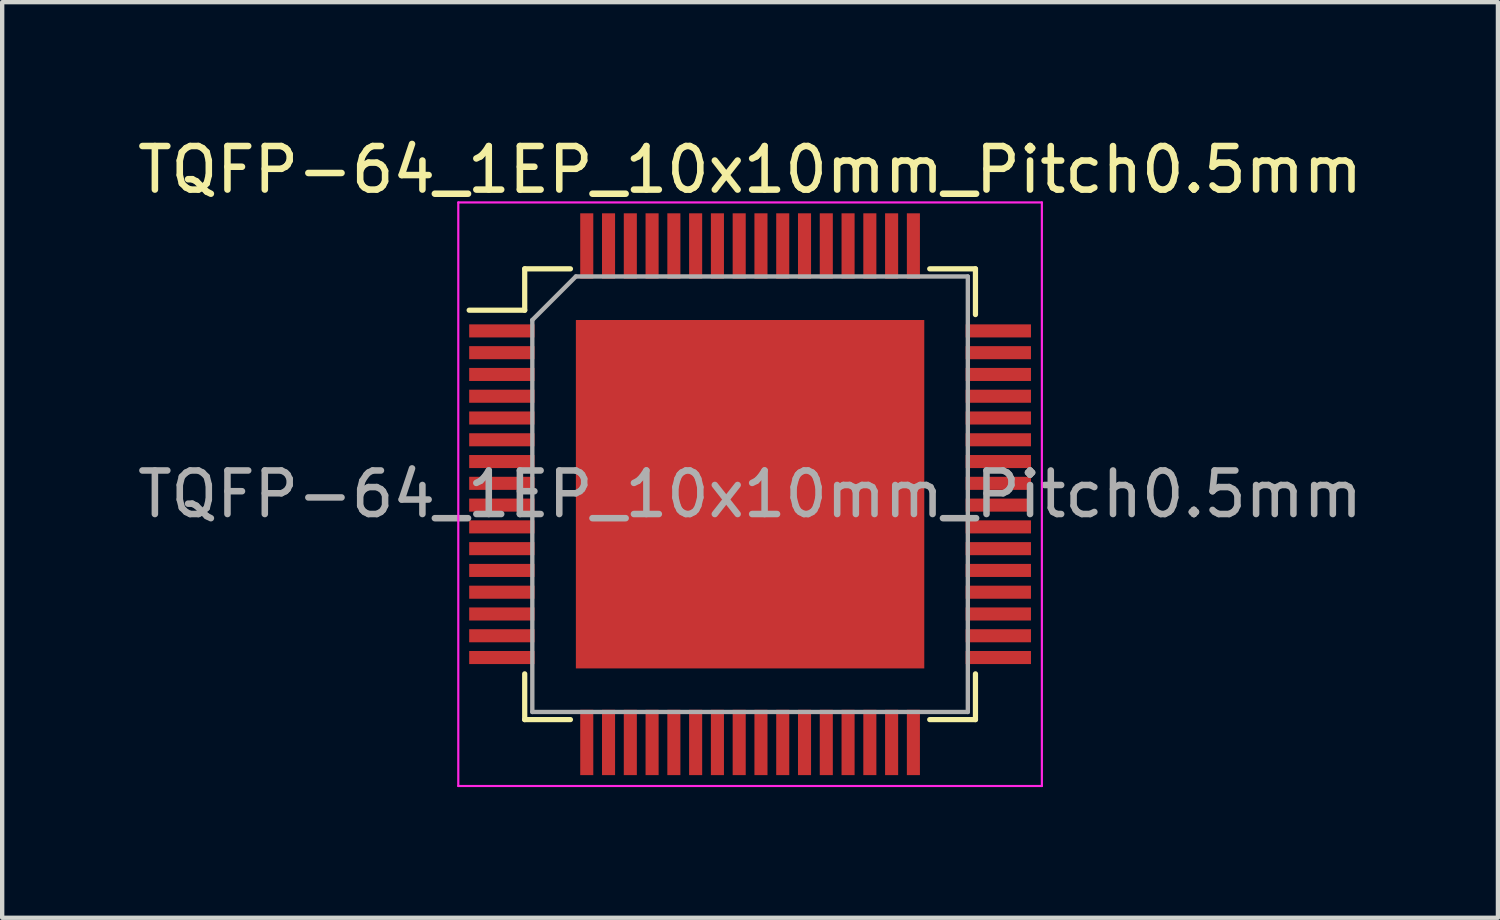
<source format=kicad_pcb>
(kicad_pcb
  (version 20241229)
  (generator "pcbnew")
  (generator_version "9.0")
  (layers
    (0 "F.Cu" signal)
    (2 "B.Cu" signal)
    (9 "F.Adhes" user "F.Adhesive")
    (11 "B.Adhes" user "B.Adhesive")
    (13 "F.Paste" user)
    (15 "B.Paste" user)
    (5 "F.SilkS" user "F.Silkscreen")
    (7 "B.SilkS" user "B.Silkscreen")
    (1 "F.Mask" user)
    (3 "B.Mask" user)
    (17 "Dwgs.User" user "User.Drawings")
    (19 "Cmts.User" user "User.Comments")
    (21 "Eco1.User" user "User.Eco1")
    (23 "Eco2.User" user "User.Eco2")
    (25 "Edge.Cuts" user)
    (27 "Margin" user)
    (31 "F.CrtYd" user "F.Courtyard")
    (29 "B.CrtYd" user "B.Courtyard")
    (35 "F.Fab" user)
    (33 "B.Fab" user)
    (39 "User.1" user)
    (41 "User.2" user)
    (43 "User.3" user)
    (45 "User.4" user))
  (footprint "TQFP-64_1EP_10x10mm_Pitch0.5mm"
    (layer "F.Cu")
    (at 14.173 8.298)
    (property "Reference" "TQFP-64_1EP_10x10mm_Pitch0.5mm" (at 0 -7.45 0) (layer "F.SilkS") (effects (font (size 1 1) (thickness 0.15))))
    (attr smd)
    (fp_line (start -5.175 -5.175) (end -5.175 -4.225) (stroke (width 0.12) (type solid)) (layer "F.SilkS"))
    (fp_line (start -5.175 -5.175) (end -4.125 -5.175) (stroke (width 0.12) (type solid)) (layer "F.SilkS"))
    (fp_line (start -5.175 -4.225) (end -6.45 -4.225) (stroke (width 0.12) (type solid)) (layer "F.SilkS"))
    (fp_line (start -5.175 5.175) (end -5.175 4.125) (stroke (width 0.12) (type solid)) (layer "F.SilkS"))
    (fp_line (start -5.175 5.175) (end -4.125 5.175) (stroke (width 0.12) (type solid)) (layer "F.SilkS"))
    (fp_line (start 5.175 -5.175) (end 4.125 -5.175) (stroke (width 0.12) (type solid)) (layer "F.SilkS"))
    (fp_line (start 5.175 -5.175) (end 5.175 -4.125) (stroke (width 0.12) (type solid)) (layer "F.SilkS"))
    (fp_line (start 5.175 5.175) (end 4.125 5.175) (stroke (width 0.12) (type solid)) (layer "F.SilkS"))
    (fp_line (start 5.175 5.175) (end 5.175 4.125) (stroke (width 0.12) (type solid)) (layer "F.SilkS"))
    (fp_line (start -6.7 -6.7) (end -6.7 6.7) (stroke (width 0.05) (type solid)) (layer "F.CrtYd"))
    (fp_line (start -6.7 -6.7) (end 6.7 -6.7) (stroke (width 0.05) (type solid)) (layer "F.CrtYd"))
    (fp_line (start -6.7 6.7) (end 6.7 6.7) (stroke (width 0.05) (type solid)) (layer "F.CrtYd"))
    (fp_line (start 6.7 -6.7) (end 6.7 6.7) (stroke (width 0.05) (type solid)) (layer "F.CrtYd"))
    (fp_line (start -5 -4) (end -4 -5) (stroke (width 0.1) (type solid)) (layer "F.Fab"))
    (fp_line (start -5 5) (end -5 -4) (stroke (width 0.1) (type solid)) (layer "F.Fab"))
    (fp_line (start -4 -5) (end 5 -5) (stroke (width 0.1) (type solid)) (layer "F.Fab"))
    (fp_line (start 5 -5) (end 5 5) (stroke (width 0.1) (type solid)) (layer "F.Fab"))
    (fp_line (start 5 5) (end -5 5) (stroke (width 0.1) (type solid)) (layer "F.Fab"))
    (fp_text user "${REFERENCE}" (at 0 0 0) (layer "F.Fab") (effects (font (size 1 1) (thickness 0.15))))
    (pad "1" smd rect (at -5.7 -3.75) (size 1.5 0.3) (layers "F.Cu" "F.Mask" "F.Paste"))
    (pad "2" smd rect (at -5.7 -3.25) (size 1.5 0.3) (layers "F.Cu" "F.Mask" "F.Paste"))
    (pad "3" smd rect (at -5.7 -2.75) (size 1.5 0.3) (layers "F.Cu" "F.Mask" "F.Paste"))
    (pad "4" smd rect (at -5.7 -2.25) (size 1.5 0.3) (layers "F.Cu" "F.Mask" "F.Paste"))
    (pad "5" smd rect (at -5.7 -1.75) (size 1.5 0.3) (layers "F.Cu" "F.Mask" "F.Paste"))
    (pad "6" smd rect (at -5.7 -1.25) (size 1.5 0.3) (layers "F.Cu" "F.Mask" "F.Paste"))
    (pad "7" smd rect (at -5.7 -0.75) (size 1.5 0.3) (layers "F.Cu" "F.Mask" "F.Paste"))
    (pad "8" smd rect (at -5.7 -0.25) (size 1.5 0.3) (layers "F.Cu" "F.Mask" "F.Paste"))
    (pad "9" smd rect (at -5.7 0.25) (size 1.5 0.3) (layers "F.Cu" "F.Mask" "F.Paste"))
    (pad "10" smd rect (at -5.7 0.75) (size 1.5 0.3) (layers "F.Cu" "F.Mask" "F.Paste"))
    (pad "11" smd rect (at -5.7 1.25) (size 1.5 0.3) (layers "F.Cu" "F.Mask" "F.Paste"))
    (pad "12" smd rect (at -5.7 1.75) (size 1.5 0.3) (layers "F.Cu" "F.Mask" "F.Paste"))
    (pad "13" smd rect (at -5.7 2.25) (size 1.5 0.3) (layers "F.Cu" "F.Mask" "F.Paste"))
    (pad "14" smd rect (at -5.7 2.75) (size 1.5 0.3) (layers "F.Cu" "F.Mask" "F.Paste"))
    (pad "15" smd rect (at -5.7 3.25) (size 1.5 0.3) (layers "F.Cu" "F.Mask" "F.Paste"))
    (pad "16" smd rect (at -5.7 3.75) (size 1.5 0.3) (layers "F.Cu" "F.Mask" "F.Paste"))
    (pad "17" smd rect (at -3.75 5.7 90) (size 1.5 0.3) (layers "F.Cu" "F.Mask" "F.Paste"))
    (pad "18" smd rect (at -3.25 5.7 90) (size 1.5 0.3) (layers "F.Cu" "F.Mask" "F.Paste"))
    (pad "19" smd rect (at -2.75 5.7 90) (size 1.5 0.3) (layers "F.Cu" "F.Mask" "F.Paste"))
    (pad "20" smd rect (at -2.25 5.7 90) (size 1.5 0.3) (layers "F.Cu" "F.Mask" "F.Paste"))
    (pad "21" smd rect (at -1.75 5.7 90) (size 1.5 0.3) (layers "F.Cu" "F.Mask" "F.Paste"))
    (pad "22" smd rect (at -1.25 5.7 90) (size 1.5 0.3) (layers "F.Cu" "F.Mask" "F.Paste"))
    (pad "23" smd rect (at -0.75 5.7 90) (size 1.5 0.3) (layers "F.Cu" "F.Mask" "F.Paste"))
    (pad "24" smd rect (at -0.25 5.7 90) (size 1.5 0.3) (layers "F.Cu" "F.Mask" "F.Paste"))
    (pad "25" smd rect (at 0.25 5.7 90) (size 1.5 0.3) (layers "F.Cu" "F.Mask" "F.Paste"))
    (pad "26" smd rect (at 0.75 5.7 90) (size 1.5 0.3) (layers "F.Cu" "F.Mask" "F.Paste"))
    (pad "27" smd rect (at 1.25 5.7 90) (size 1.5 0.3) (layers "F.Cu" "F.Mask" "F.Paste"))
    (pad "28" smd rect (at 1.75 5.7 90) (size 1.5 0.3) (layers "F.Cu" "F.Mask" "F.Paste"))
    (pad "29" smd rect (at 2.25 5.7 90) (size 1.5 0.3) (layers "F.Cu" "F.Mask" "F.Paste"))
    (pad "30" smd rect (at 2.75 5.7 90) (size 1.5 0.3) (layers "F.Cu" "F.Mask" "F.Paste"))
    (pad "31" smd rect (at 3.25 5.7 90) (size 1.5 0.3) (layers "F.Cu" "F.Mask" "F.Paste"))
    (pad "32" smd rect (at 3.75 5.7 90) (size 1.5 0.3) (layers "F.Cu" "F.Mask" "F.Paste"))
    (pad "33" smd rect (at 5.7 3.75) (size 1.5 0.3) (layers "F.Cu" "F.Mask" "F.Paste"))
    (pad "34" smd rect (at 5.7 3.25) (size 1.5 0.3) (layers "F.Cu" "F.Mask" "F.Paste"))
    (pad "35" smd rect (at 5.7 2.75) (size 1.5 0.3) (layers "F.Cu" "F.Mask" "F.Paste"))
    (pad "36" smd rect (at 5.7 2.25) (size 1.5 0.3) (layers "F.Cu" "F.Mask" "F.Paste"))
    (pad "37" smd rect (at 5.7 1.75) (size 1.5 0.3) (layers "F.Cu" "F.Mask" "F.Paste"))
    (pad "38" smd rect (at 5.7 1.25) (size 1.5 0.3) (layers "F.Cu" "F.Mask" "F.Paste"))
    (pad "39" smd rect (at 5.7 0.75) (size 1.5 0.3) (layers "F.Cu" "F.Mask" "F.Paste"))
    (pad "40" smd rect (at 5.7 0.25) (size 1.5 0.3) (layers "F.Cu" "F.Mask" "F.Paste"))
    (pad "41" smd rect (at 5.7 -0.25) (size 1.5 0.3) (layers "F.Cu" "F.Mask" "F.Paste"))
    (pad "42" smd rect (at 5.7 -0.75) (size 1.5 0.3) (layers "F.Cu" "F.Mask" "F.Paste"))
    (pad "43" smd rect (at 5.7 -1.25) (size 1.5 0.3) (layers "F.Cu" "F.Mask" "F.Paste"))
    (pad "44" smd rect (at 5.7 -1.75) (size 1.5 0.3) (layers "F.Cu" "F.Mask" "F.Paste"))
    (pad "45" smd rect (at 5.7 -2.25) (size 1.5 0.3) (layers "F.Cu" "F.Mask" "F.Paste"))
    (pad "46" smd rect (at 5.7 -2.75) (size 1.5 0.3) (layers "F.Cu" "F.Mask" "F.Paste"))
    (pad "47" smd rect (at 5.7 -3.25) (size 1.5 0.3) (layers "F.Cu" "F.Mask" "F.Paste"))
    (pad "48" smd rect (at 5.7 -3.75) (size 1.5 0.3) (layers "F.Cu" "F.Mask" "F.Paste"))
    (pad "49" smd rect (at 3.75 -5.7 90) (size 1.5 0.3) (layers "F.Cu" "F.Mask" "F.Paste"))
    (pad "50" smd rect (at 3.25 -5.7 90) (size 1.5 0.3) (layers "F.Cu" "F.Mask" "F.Paste"))
    (pad "51" smd rect (at 2.75 -5.7 90) (size 1.5 0.3) (layers "F.Cu" "F.Mask" "F.Paste"))
    (pad "52" smd rect (at 2.25 -5.7 90) (size 1.5 0.3) (layers "F.Cu" "F.Mask" "F.Paste"))
    (pad "53" smd rect (at 1.75 -5.7 90) (size 1.5 0.3) (layers "F.Cu" "F.Mask" "F.Paste"))
    (pad "54" smd rect (at 1.25 -5.7 90) (size 1.5 0.3) (layers "F.Cu" "F.Mask" "F.Paste"))
    (pad "55" smd rect (at 0.75 -5.7 90) (size 1.5 0.3) (layers "F.Cu" "F.Mask" "F.Paste"))
    (pad "56" smd rect (at 0.25 -5.7 90) (size 1.5 0.3) (layers "F.Cu" "F.Mask" "F.Paste"))
    (pad "57" smd rect (at -0.25 -5.7 90) (size 1.5 0.3) (layers "F.Cu" "F.Mask" "F.Paste"))
    (pad "58" smd rect (at -0.75 -5.7 90) (size 1.5 0.3) (layers "F.Cu" "F.Mask" "F.Paste"))
    (pad "59" smd rect (at -1.25 -5.7 90) (size 1.5 0.3) (layers "F.Cu" "F.Mask" "F.Paste"))
    (pad "60" smd rect (at -1.75 -5.7 90) (size 1.5 0.3) (layers "F.Cu" "F.Mask" "F.Paste"))
    (pad "61" smd rect (at -2.25 -5.7 90) (size 1.5 0.3) (layers "F.Cu" "F.Mask" "F.Paste"))
    (pad "62" smd rect (at -2.75 -5.7 90) (size 1.5 0.3) (layers "F.Cu" "F.Mask" "F.Paste"))
    (pad "63" smd rect (at -3.25 -5.7 90) (size 1.5 0.3) (layers "F.Cu" "F.Mask" "F.Paste"))
    (pad "64" smd rect (at -3.75 -5.7 90) (size 1.5 0.3) (layers "F.Cu" "F.Mask" "F.Paste"))
    (pad "65" smd rect (at 0 0 180) (size 8 8) (layers "F.Cu" "F.Mask" "F.Paste")))
  (gr_rect
    (start -3 -3)
    (end 31.345 18.023)
    (stroke (width 0.1) (type default))
    (fill no)
    (layer "Edge.Cuts")))
</source>
